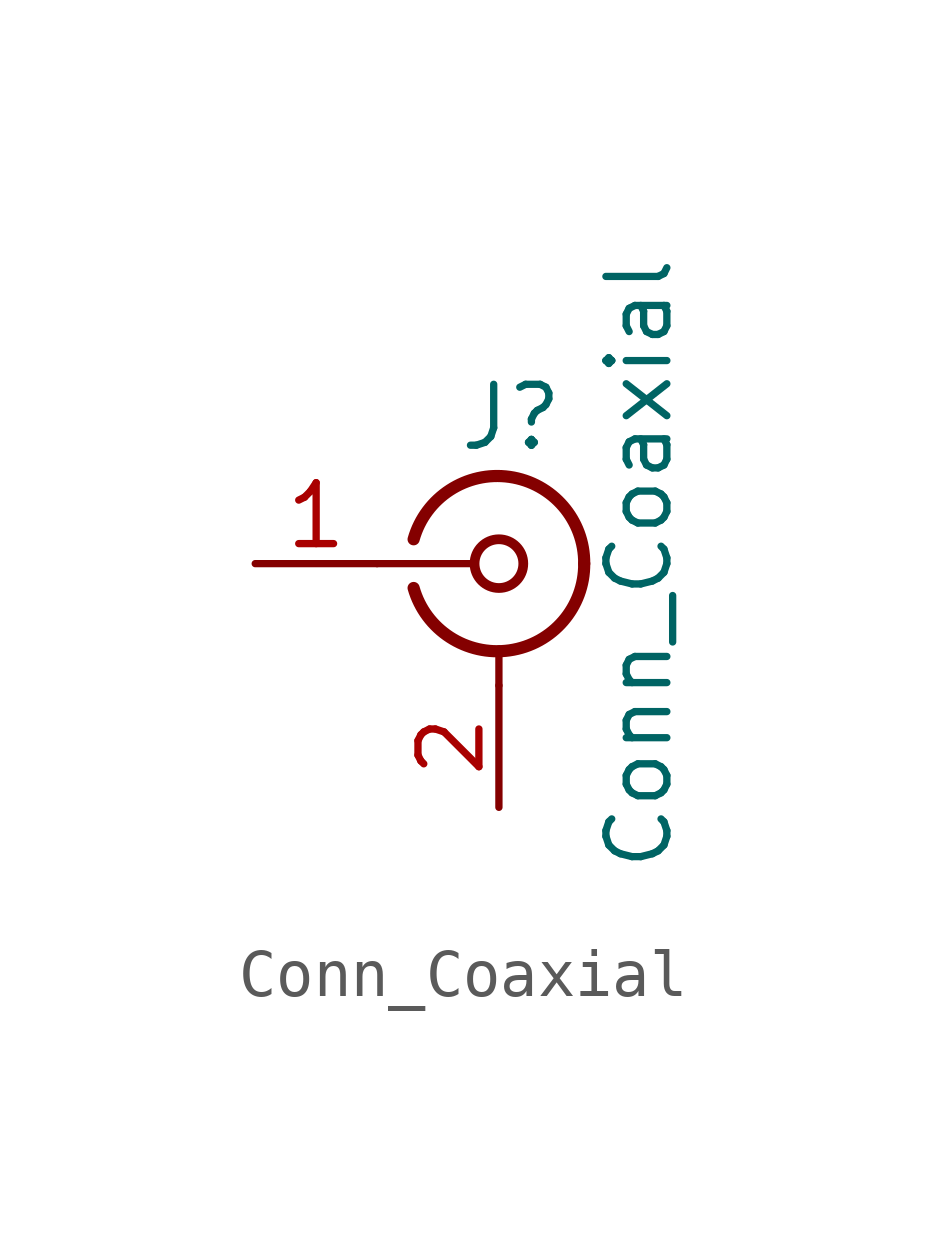
<source format=kicad_sym>
(kicad_symbol_lib
  (version 20241209)
  (generator "kicad_symbol_editor")
  (generator_version "9.0")
  (symbol "Conn_Coaxial"
    (pin_names
      (offset 1.016)
      (hide yes))
    (property "Reference" "J"
      (at 0.254 3.048 0)
      (effects (font (size 1.27 1.27))))
    (property "Value" "Conn_Coaxial"
      (at 2.921 0 90)
      (effects (font (size 1.27 1.27))))
    (symbol "Conn_Coaxial_0_1"
      (polyline (pts (xy -2.54 0) (xy -0.508 0)) (stroke (width 0) (type default)) (fill (type none)))
      (arc (start 1.778 0) (mid 0.222 -1.8079) (end -1.778 -0.508) (stroke (width 0.254) (type default)) (fill (type none)))
      (arc (start -1.778 0.508) (mid 0.2221 1.8084) (end 1.778 0) (stroke (width 0.254) (type default)) (fill (type none)))
      (circle (center 0 0) (radius 0.508) (stroke (width 0.203) (type default)) (fill (type none)))
      (polyline (pts (xy 0 -2.54) (xy 0 -1.778)) (stroke (width 0) (type default)) (fill (type none))))
    (symbol "Conn_Coaxial_1_1"
      (pin passive line (at -5.08 0 0) (length 2.54) (name "In" (effects (font (size 1.27 1.27)))) (number "1" (effects (font (size 1.27 1.27)))))
      (pin passive line (at 0 -5.08 90) (length 2.54) (name "Ext" (effects (font (size 1.27 1.27)))) (number "2" (effects (font (size 1.27 1.27)))))
      (pin passive line (at 0 -5.08 180) (length 2.54) (hide yes) (name "Ext" (effects (font (size 1.27 1.27)))) (number "3" (effects (font (size 1.27 1.27)))))
      (pin passive line (at 0 -5.08 180) (length 2.54) (hide yes) (name "Ext" (effects (font (size 1.27 1.27)))) (number "4" (effects (font (size 1.27 1.27)))))
      (pin passive line (at 0 -5.08 180) (length 2.54) (hide yes) (name "Ext" (effects (font (size 1.27 1.27)))) (number "5" (effects (font (size 1.27 1.27))))))))
</source>
